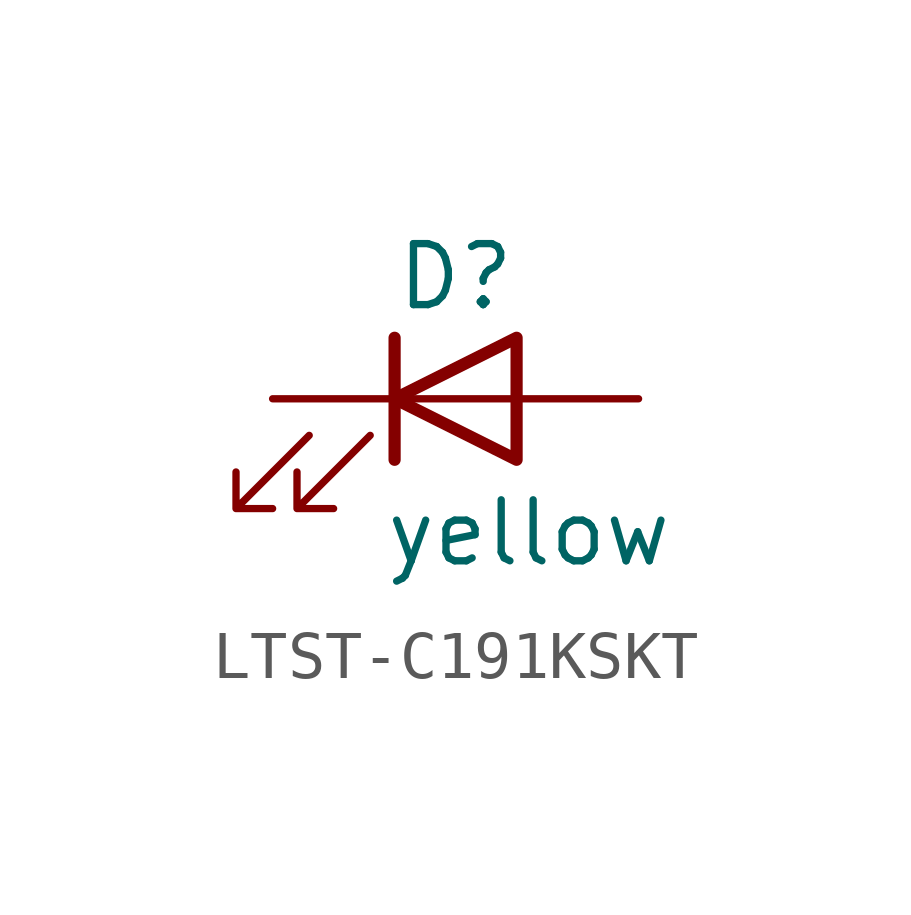
<source format=kicad_sym>
(kicad_symbol_lib
  (version 20241209)
  (generator "kicad_symbol_editor")
  (generator_version "9.0")
  (symbol "LTST-C191KSKT"
    (pin_numbers
      (hide yes))
    (pin_names
      (hide yes))
    (property "Reference" "D"
      (at 0 0 0)
      (effects (font (size 1.27 1.27))))
    (property "Value" "yellow"
      (at 1.524 -5.334 0)
      (effects (font (size 1.27 1.27))))
    (symbol "LTST-C191KSKT_0_1"
      (polyline (pts (xy -3.048 -3.302) (xy -4.572 -4.826) (xy -3.81 -4.826) (xy -4.572 -4.826) (xy -4.572 -4.064)) (stroke (width 0) (type default)) (fill (type none)))
      (polyline (pts (xy -1.778 -3.302) (xy -3.302 -4.826) (xy -2.54 -4.826) (xy -3.302 -4.826) (xy -3.302 -4.064)) (stroke (width 0) (type default)) (fill (type none)))
      (polyline (pts (xy -1.27 -2.54) (xy 1.27 -2.54)) (stroke (width 0) (type default)) (fill (type none)))
      (polyline (pts (xy -1.27 -3.81) (xy -1.27 -1.27)) (stroke (width 0.254) (type default)) (fill (type none)))
      (polyline (pts (xy 1.27 -3.81) (xy 1.27 -1.27) (xy -1.27 -2.54) (xy 1.27 -3.81)) (stroke (width 0.254) (type default)) (fill (type none))))
    (symbol "LTST-C191KSKT_1_1"
      (pin passive line (at -3.81 -2.54 0) (length 2.54) (name "K" (effects (font (size 1.27 1.27)))) (number "1" (effects (font (size 1.27 1.27)))))
      (pin passive line (at 3.81 -2.54 180) (length 2.54) (name "A" (effects (font (size 1.27 1.27)))) (number "2" (effects (font (size 1.27 1.27))))))))
</source>
